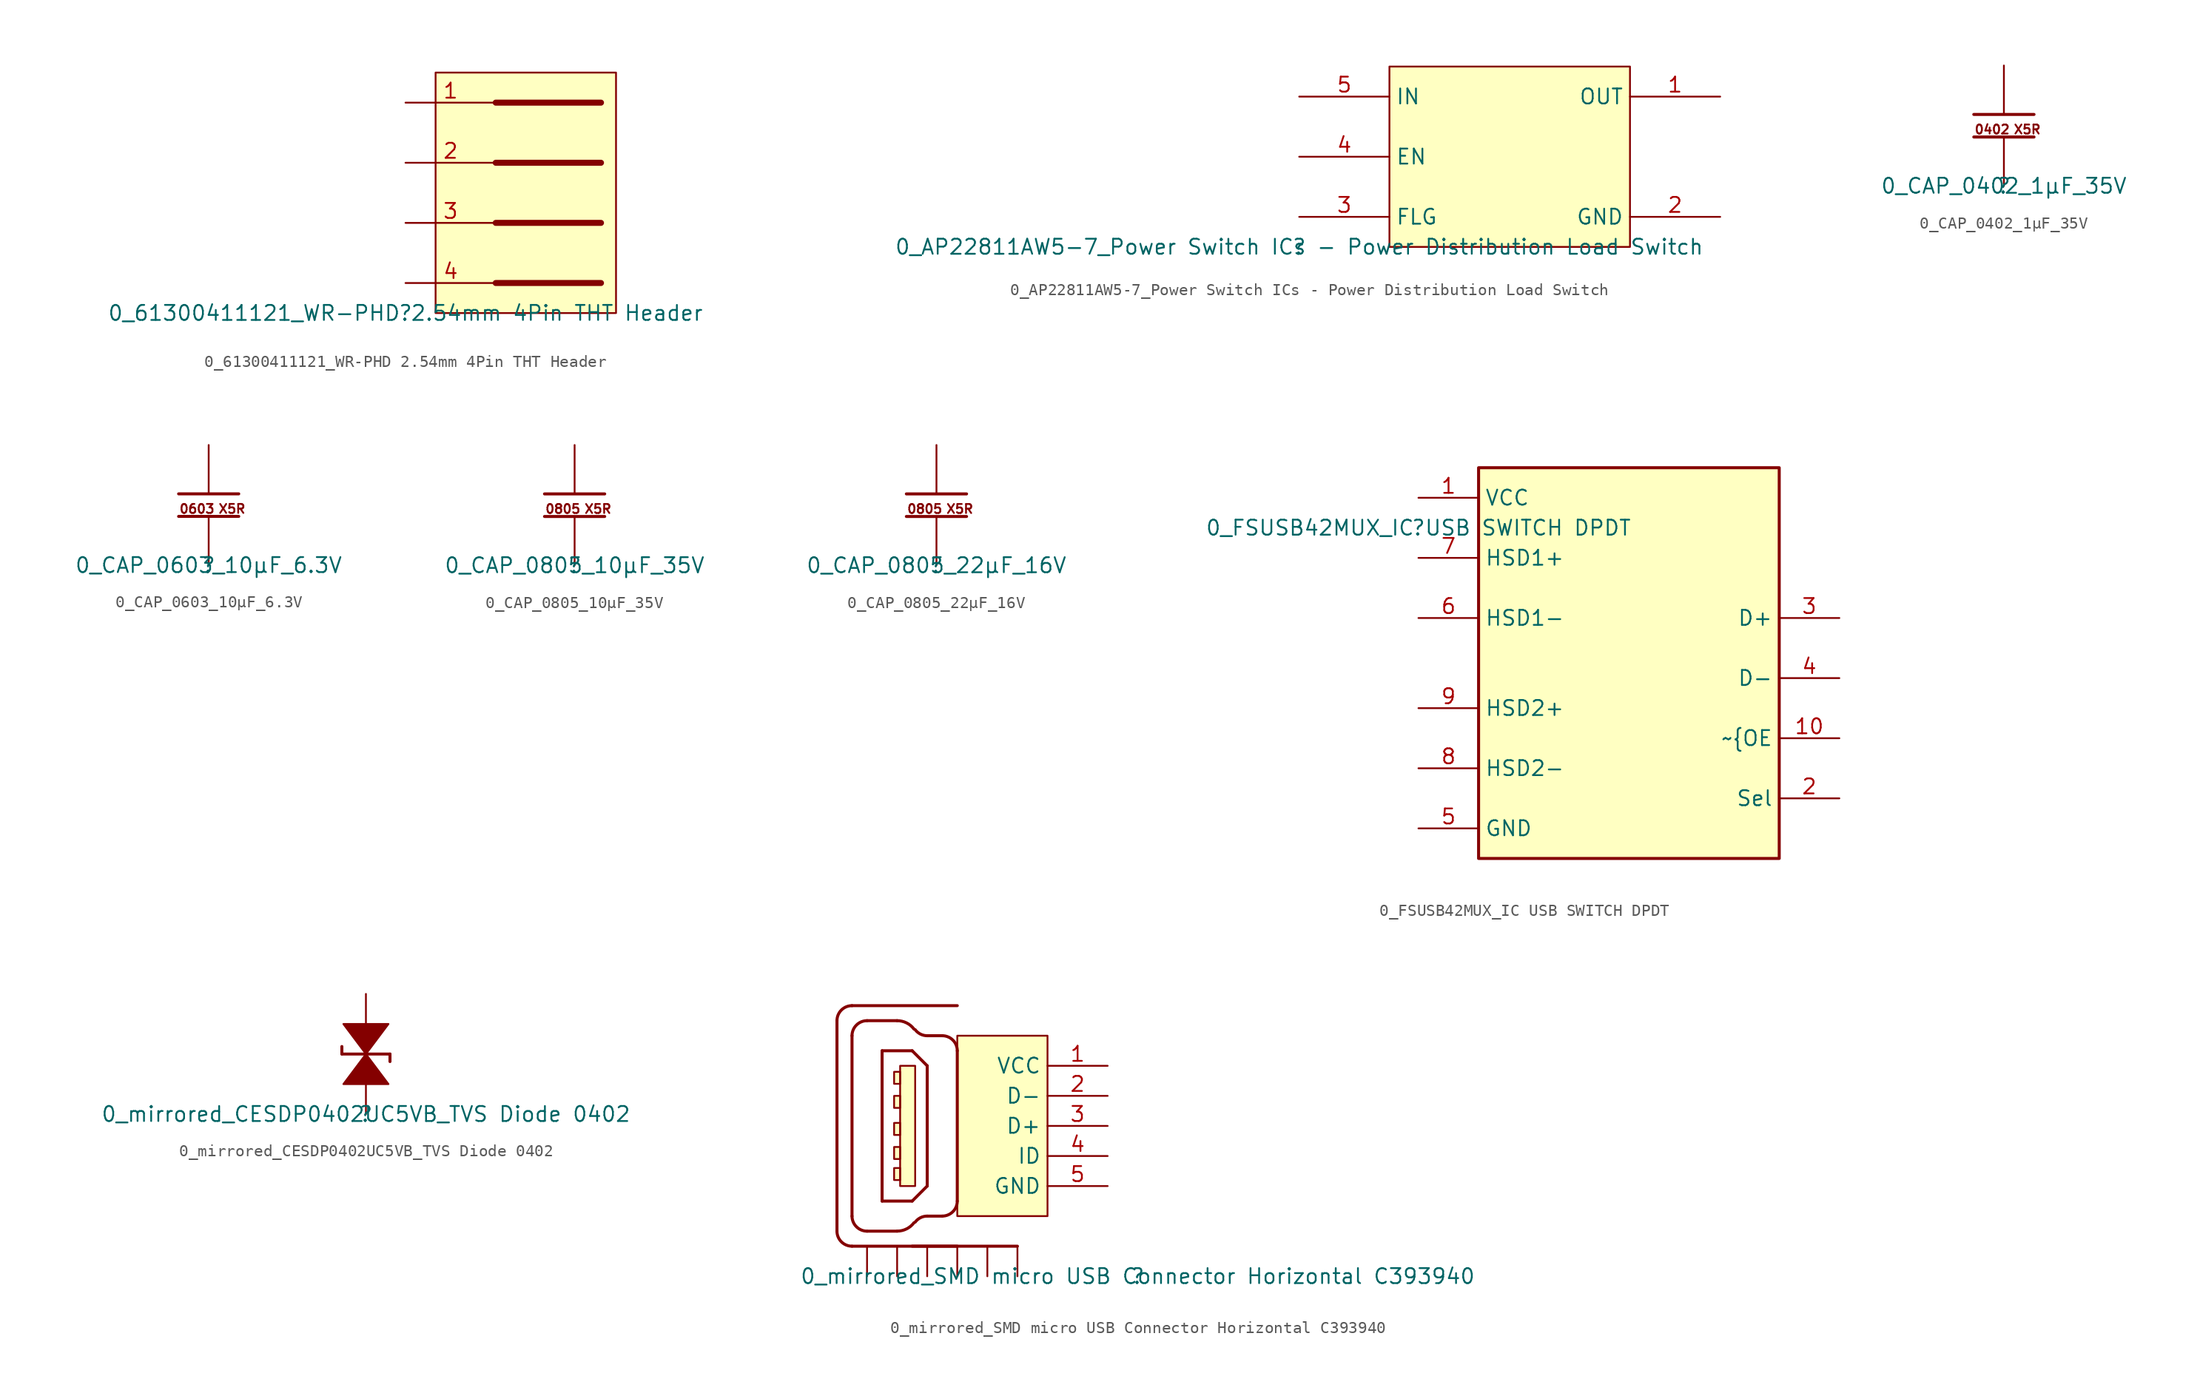
<source format=kicad_sym>
(kicad_symbol_lib
  (version 20211014)
  (generator kicad_symbol_editor)
  (symbol "0_61300411121_WR-PHD 2.54mm 4Pin THT Header"
    (property "Reference" ""
      (at 0 0 0)
      (effects (font (size 1.27 1.27))))
    (property "Value" "0_61300411121_WR-PHD 2.54mm 4Pin THT Header"
      (at 0 0 0)
      (effects (font (size 1.27 1.27))))
    (symbol "0_61300411121_WR-PHD 2.54mm 4Pin THT Header_1_0"
      (polyline (pts (xy 16.51 2.54) (xy 7.62 2.54)) (stroke (width 0.508) (type default) (color 0 0 0 0)) (fill (type none)))
      (polyline (pts (xy 16.51 7.62) (xy 7.62 7.62)) (stroke (width 0.508) (type default) (color 0 0 0 0)) (fill (type none)))
      (polyline (pts (xy 16.51 12.7) (xy 7.62 12.7)) (stroke (width 0.508) (type default) (color 0 0 0 0)) (fill (type none)))
      (polyline (pts (xy 16.51 17.78) (xy 7.62 17.78)) (stroke (width 0.508) (type default) (color 0 0 0 0)) (fill (type none)))
      (rectangle (start 17.78 20.32) (end 2.54 0) (stroke (width 0) (type default) (color 0 0 0 0)) (fill (type background)))
      (pin passive line (at 0 17.78 0) (length 7.62) (name "1" (effects (font (size 0 0)))) (number "1" (effects (font (size 1.27 1.27)))))
      (pin passive line (at 0 12.7 0) (length 7.62) (name "2" (effects (font (size 0 0)))) (number "2" (effects (font (size 1.27 1.27)))))
      (pin passive line (at 0 7.62 0) (length 7.62) (name "3" (effects (font (size 0 0)))) (number "3" (effects (font (size 1.27 1.27)))))
      (pin passive line (at 0 2.54 0) (length 7.62) (name "4" (effects (font (size 0 0)))) (number "4" (effects (font (size 1.27 1.27)))))))
  (symbol "0_AP22811AW5-7_Power Switch ICs - Power Distribution Load Switch"
    (property "Reference" ""
      (at 0 0 0)
      (effects (font (size 1.27 1.27))))
    (property "Value" "0_AP22811AW5-7_Power Switch ICs - Power Distribution Load Switch"
      (at 0 0 0)
      (effects (font (size 1.27 1.27))))
    (symbol "0_AP22811AW5-7_Power Switch ICs - Power Distribution Load Switch_1_0"
      (rectangle (start 27.94 15.24) (end 7.62 0) (stroke (width 0) (type default) (color 0 0 0 0)) (fill (type background)))
      (pin power_in line (at 35.56 12.7 180) (length 7.62) (name "OUT" (effects (font (size 1.27 1.27)))) (number "1" (effects (font (size 1.27 1.27)))))
      (pin power_in line (at 35.56 2.54 180) (length 7.62) (name "GND" (effects (font (size 1.27 1.27)))) (number "2" (effects (font (size 1.27 1.27)))))
      (pin open_collector line (at 0 2.54 0) (length 7.62) (name "FLG" (effects (font (size 1.27 1.27)))) (number "3" (effects (font (size 1.27 1.27)))))
      (pin passive line (at 0 7.62 0) (length 7.62) (name "EN" (effects (font (size 1.27 1.27)))) (number "4" (effects (font (size 1.27 1.27)))))
      (pin power_in line (at 0 12.7 0) (length 7.62) (name "IN" (effects (font (size 1.27 1.27)))) (number "5" (effects (font (size 1.27 1.27)))))))
  (symbol "0_CAP_0402_1µF_35V"
    (property "Reference" ""
      (at 0 0 0)
      (effects (font (size 1.27 1.27))))
    (property "Value" "0_CAP_0402_1µF_35V"
      (at 0 0 0)
      (effects (font (size 1.27 1.27))))
    (symbol "0_CAP_0402_1µF_35V_1_0"
      (polyline (pts (xy -2.54 4.128) (xy 2.54 4.128)) (stroke (width 0.254) (type default) (color 0 0 0 0)) (fill (type none)))
      (polyline (pts (xy -2.54 6.033) (xy 2.54 6.033)) (stroke (width 0.254) (type default) (color 0 0 0 0)) (fill (type none)))
      (text "0402" (at -2.54 4.318 0) (effects (font (size 0.762 0.762)) (justify left bottom)))
      (text "X5R" (at 0.762 4.318 0) (effects (font (size 0.762 0.762)) (justify left bottom)))
      (pin passive line (at 0 10.16 270) (length 4.064) (name "1" (effects (font (size 0 0)))) (number "1" (effects (font (size 0 0)))))
      (pin passive line (at 0 0 90) (length 4.064) (name "2" (effects (font (size 0 0)))) (number "2" (effects (font (size 0 0)))))))
  (symbol "0_CAP_0603_10µF_6.3V"
    (property "Reference" ""
      (at 0 0 0)
      (effects (font (size 1.27 1.27))))
    (property "Value" "0_CAP_0603_10µF_6.3V"
      (at 0 0 0)
      (effects (font (size 1.27 1.27))))
    (symbol "0_CAP_0603_10µF_6.3V_1_0"
      (polyline (pts (xy -2.54 4.128) (xy 2.54 4.128)) (stroke (width 0.254) (type default) (color 0 0 0 0)) (fill (type none)))
      (polyline (pts (xy -2.54 6.033) (xy 2.54 6.033)) (stroke (width 0.254) (type default) (color 0 0 0 0)) (fill (type none)))
      (text "0603" (at -2.54 4.318 0) (effects (font (size 0.762 0.762)) (justify left bottom)))
      (text "X5R" (at 0.762 4.318 0) (effects (font (size 0.762 0.762)) (justify left bottom)))
      (pin passive line (at 0 10.16 270) (length 4.064) (name "1" (effects (font (size 0 0)))) (number "1" (effects (font (size 0 0)))))
      (pin passive line (at 0 0 90) (length 4.064) (name "2" (effects (font (size 0 0)))) (number "2" (effects (font (size 0 0)))))))
  (symbol "0_CAP_0805_10µF_35V"
    (property "Reference" ""
      (at 0 0 0)
      (effects (font (size 1.27 1.27))))
    (property "Value" "0_CAP_0805_10µF_35V"
      (at 0 0 0)
      (effects (font (size 1.27 1.27))))
    (symbol "0_CAP_0805_10µF_35V_1_0"
      (polyline (pts (xy -2.54 4.128) (xy 2.54 4.128)) (stroke (width 0.254) (type default) (color 0 0 0 0)) (fill (type none)))
      (polyline (pts (xy -2.54 6.033) (xy 2.54 6.033)) (stroke (width 0.254) (type default) (color 0 0 0 0)) (fill (type none)))
      (text "0805" (at -2.54 4.318 0) (effects (font (size 0.762 0.762)) (justify left bottom)))
      (text "X5R" (at 0.762 4.318 0) (effects (font (size 0.762 0.762)) (justify left bottom)))
      (pin passive line (at 0 10.16 270) (length 4.064) (name "1" (effects (font (size 0 0)))) (number "1" (effects (font (size 0 0)))))
      (pin passive line (at 0 0 90) (length 4.064) (name "2" (effects (font (size 0 0)))) (number "2" (effects (font (size 0 0)))))))
  (symbol "0_CAP_0805_22µF_16V"
    (property "Reference" ""
      (at 0 0 0)
      (effects (font (size 1.27 1.27))))
    (property "Value" "0_CAP_0805_22µF_16V"
      (at 0 0 0)
      (effects (font (size 1.27 1.27))))
    (symbol "0_CAP_0805_22µF_16V_1_0"
      (polyline (pts (xy -2.54 4.128) (xy 2.54 4.128)) (stroke (width 0.254) (type default) (color 0 0 0 0)) (fill (type none)))
      (polyline (pts (xy -2.54 6.033) (xy 2.54 6.033)) (stroke (width 0.254) (type default) (color 0 0 0 0)) (fill (type none)))
      (text "0805" (at -2.54 4.318 0) (effects (font (size 0.762 0.762)) (justify left bottom)))
      (text "X5R" (at 0.762 4.318 0) (effects (font (size 0.762 0.762)) (justify left bottom)))
      (pin passive line (at 0 10.16 270) (length 4.064) (name "1" (effects (font (size 0 0)))) (number "1" (effects (font (size 0 0)))))
      (pin passive line (at 0 0 90) (length 4.064) (name "2" (effects (font (size 0 0)))) (number "2" (effects (font (size 0 0)))))))
  (symbol "0_FSUSB42MUX_IC USB SWITCH DPDT"
    (property "Reference" ""
      (at 0 0 0)
      (effects (font (size 1.27 1.27))))
    (property "Value" "0_FSUSB42MUX_IC USB SWITCH DPDT"
      (at 0 0 0)
      (effects (font (size 1.27 1.27))))
    (symbol "0_FSUSB42MUX_IC USB SWITCH DPDT_1_0"
      (rectangle (start 30.48 5.08) (end 5.08 -27.94) (stroke (width 0.254) (type default) (color 0 0 0 0)) (fill (type background)))
      (pin power_in line (at 0 2.54 0) (length 5.08) (name "VCC" (effects (font (size 1.27 1.27)))) (number "1" (effects (font (size 1.27 1.27)))))
      (pin input line (at 35.56 -17.78 180) (length 5.08) (name "~{OE" (effects (font (size 1.27 1.27)))) (number "10" (effects (font (size 1.27 1.27)))))
      (pin input line (at 35.56 -22.86 180) (length 5.08) (name "Sel" (effects (font (size 1.27 1.27)))) (number "2" (effects (font (size 1.27 1.27)))))
      (pin bidirectional line (at 35.56 -7.62 180) (length 5.08) (name "D+" (effects (font (size 1.27 1.27)))) (number "3" (effects (font (size 1.27 1.27)))))
      (pin bidirectional line (at 35.56 -12.7 180) (length 5.08) (name "D-" (effects (font (size 1.27 1.27)))) (number "4" (effects (font (size 1.27 1.27)))))
      (pin power_in line (at 0 -25.4 0) (length 5.08) (name "GND" (effects (font (size 1.27 1.27)))) (number "5" (effects (font (size 1.27 1.27)))))
      (pin bidirectional line (at 0 -7.62 0) (length 5.08) (name "HSD1-" (effects (font (size 1.27 1.27)))) (number "6" (effects (font (size 1.27 1.27)))))
      (pin bidirectional line (at 0 -2.54 0) (length 5.08) (name "HSD1+" (effects (font (size 1.27 1.27)))) (number "7" (effects (font (size 1.27 1.27)))))
      (pin bidirectional line (at 0 -20.32 0) (length 5.08) (name "HSD2-" (effects (font (size 1.27 1.27)))) (number "8" (effects (font (size 1.27 1.27)))))
      (pin bidirectional line (at 0 -15.24 0) (length 5.08) (name "HSD2+" (effects (font (size 1.27 1.27)))) (number "9" (effects (font (size 1.27 1.27)))))))
  (symbol "0_mirrored_CESDP0402UC5VB_TVS Diode 0402"
    (property "Reference" ""
      (at 0 0 0)
      (effects (font (size 1.27 1.27))))
    (property "Value" "0_mirrored_CESDP0402UC5VB_TVS Diode 0402"
      (at 0 0 0)
      (effects (font (size 1.27 1.27))))
    (symbol "0_mirrored_CESDP0402UC5VB_TVS Diode 0402_1_0"
      (polyline (pts (xy -2.032 5.715) (xy -2.032 5.08)) (stroke (width 0.254) (type default) (color 0 0 0 0)) (fill (type none)))
      (polyline (pts (xy 2.032 5.08) (xy -2.032 5.08)) (stroke (width 0.254) (type default) (color 0 0 0 0)) (fill (type none)))
      (polyline (pts (xy 2.032 5.08) (xy 2.032 4.445)) (stroke (width 0.254) (type default) (color 0 0 0 0)) (fill (type none)))
      (polyline (pts (xy -1.905 2.54) (xy 1.905 2.54) (xy 0 5.08) (xy -1.905 2.54)) (stroke (width 0) (type default) (color 0 0 0 0)) (fill (type outline)))
      (polyline (pts (xy 1.905 7.62) (xy -1.905 7.62) (xy 0 5.08) (xy 1.905 7.62)) (stroke (width 0) (type default) (color 0 0 0 0)) (fill (type outline)))
      (pin passive line (at 0 10.16 270) (length 2.54) (name "1" (effects (font (size 0 0)))) (number "1" (effects (font (size 0 0)))))
      (pin passive line (at 0 0 90) (length 2.54) (name "2" (effects (font (size 0 0)))) (number "2" (effects (font (size 0 0)))))))
  (symbol "0_mirrored_SMD micro USB Connector Horizontal C393940"
    (property "Reference" ""
      (at 0 0 0)
      (effects (font (size 1.27 1.27))))
    (property "Value" "0_mirrored_SMD micro USB Connector Horizontal C393940"
      (at 0 0 0)
      (effects (font (size 1.27 1.27))))
    (symbol "0_mirrored_SMD micro USB Connector Horizontal C393940_1_0"
      (arc (start -25.4 3.81) (mid -25.028 2.912) (end -24.13 2.54) (stroke (width 0.254) (type default) (color 0 0 0 0)) (fill (type none)))
      (arc (start -24.13 5.08) (mid -23.758 4.182) (end -22.86 3.81) (stroke (width 0.254) (type default) (color 0 0 0 0)) (fill (type none)))
      (arc (start -24.13 22.86) (mid -25.028 22.488) (end -25.4 21.59) (stroke (width 0.254) (type default) (color 0 0 0 0)) (fill (type none)))
      (arc (start -22.86 21.59) (mid -23.758 21.218) (end -24.13 20.32) (stroke (width 0.254) (type default) (color 0 0 0 0)) (fill (type none)))
      (arc (start -20.32 3.81) (mid -19.5249 3.9977) (end -18.8976 4.5212) (stroke (width 0.254) (type default) (color 0 0 0 0)) (fill (type none)))
      (rectangle (start -20.066 9.144) (end -20.574 8.128) (stroke (width 0) (type default) (color 0 0 0 0)) (fill (type background)))
      (rectangle (start -20.066 10.922) (end -20.574 9.906) (stroke (width 0) (type default) (color 0 0 0 0)) (fill (type background)))
      (rectangle (start -20.066 12.954) (end -20.574 11.938) (stroke (width 0) (type default) (color 0 0 0 0)) (fill (type background)))
      (rectangle (start -20.066 15.24) (end -20.574 14.224) (stroke (width 0) (type default) (color 0 0 0 0)) (fill (type background)))
      (rectangle (start -20.066 17.272) (end -20.574 16.256) (stroke (width 0) (type default) (color 0 0 0 0)) (fill (type background)))
      (arc (start -18.8976 20.8788) (mid -19.5249 21.4023) (end -20.32 21.59) (stroke (width 0.254) (type default) (color 0 0 0 0)) (fill (type none)))
      (arc (start -18.796 20.828) (mid -18.348 20.4541) (end -17.78 20.32) (stroke (width 0.254) (type default) (color 0 0 0 0)) (fill (type none)))
      (arc (start -17.78 5.08) (mid -18.348 4.9459) (end -18.796 4.572) (stroke (width 0.254) (type default) (color 0 0 0 0)) (fill (type none)))
      (arc (start -16.51 5.08) (mid -15.612 5.452) (end -15.24 6.35) (stroke (width 0.254) (type default) (color 0 0 0 0)) (fill (type none)))
      (arc (start -15.24 19.05) (mid -15.612 19.948) (end -16.51 20.32) (stroke (width 0.254) (type default) (color 0 0 0 0)) (fill (type none)))
      (rectangle (start -7.62 20.32) (end -15.24 5.08) (stroke (width 0) (type default) (color 0 0 0 0)) (fill (type background)))
      (polyline (pts (xy -25.4 21.59) (xy -25.4 3.81)) (stroke (width 0.254) (type default) (color 0 0 0 0)) (fill (type none)))
      (polyline (pts (xy -24.13 20.32) (xy -24.13 5.08)) (stroke (width 0.254) (type default) (color 0 0 0 0)) (fill (type none)))
      (polyline (pts (xy -21.59 6.35) (xy -19.05 6.35)) (stroke (width 0.254) (type default) (color 0 0 0 0)) (fill (type none)))
      (polyline (pts (xy -21.59 19.05) (xy -21.59 6.35)) (stroke (width 0.254) (type default) (color 0 0 0 0)) (fill (type none)))
      (polyline (pts (xy -20.32 3.81) (xy -22.86 3.81)) (stroke (width 0.254) (type default) (color 0 0 0 0)) (fill (type none)))
      (polyline (pts (xy -20.32 21.59) (xy -22.86 21.59)) (stroke (width 0.254) (type default) (color 0 0 0 0)) (fill (type none)))
      (polyline (pts (xy -19.05 6.35) (xy -17.78 7.62)) (stroke (width 0.254) (type default) (color 0 0 0 0)) (fill (type none)))
      (polyline (pts (xy -19.05 19.05) (xy -21.59 19.05)) (stroke (width 0.254) (type default) (color 0 0 0 0)) (fill (type none)))
      (polyline (pts (xy -17.78 7.62) (xy -17.78 17.78)) (stroke (width 0.254) (type default) (color 0 0 0 0)) (fill (type none)))
      (polyline (pts (xy -17.78 17.78) (xy -19.05 19.05)) (stroke (width 0.254) (type default) (color 0 0 0 0)) (fill (type none)))
      (polyline (pts (xy -16.51 5.08) (xy -17.78 5.08)) (stroke (width 0.254) (type default) (color 0 0 0 0)) (fill (type none)))
      (polyline (pts (xy -16.51 20.32) (xy -17.78 20.32)) (stroke (width 0.254) (type default) (color 0 0 0 0)) (fill (type none)))
      (polyline (pts (xy -15.24 2.54) (xy -24.13 2.54)) (stroke (width 0.254) (type default) (color 0 0 0 0)) (fill (type none)))
      (polyline (pts (xy -15.24 6.35) (xy -15.24 19.05)) (stroke (width 0.254) (type default) (color 0 0 0 0)) (fill (type none)))
      (polyline (pts (xy -15.24 22.86) (xy -24.13 22.86)) (stroke (width 0.254) (type default) (color 0 0 0 0)) (fill (type none)))
      (polyline (pts (xy -10.16 2.54) (xy -19.05 2.54)) (stroke (width 0.254) (type default) (color 0 0 0 0)) (fill (type none)))
      (polyline (pts (xy -20.066 17.78) (xy -18.796 17.78) (xy -18.796 7.62) (xy -20.066 7.62) (xy -20.066 8.128) (xy -20.066 17.272) (xy -20.066 17.78)) (stroke (width 0) (type default) (color 0 0 0 0)) (fill (type background)))
      (pin passive line (at -2.54 17.78 180) (length 5.08) (name "VCC" (effects (font (size 1.27 1.27)))) (number "1" (effects (font (size 1.27 1.27)))))
      (pin passive line (at -10.16 0 90) (length 2.54) (name "Shield" (effects (font (size 0 0)))) (number "10" (effects (font (size 0 0)))))
      (pin passive line (at -12.7 0 90) (length 2.54) (name "Shield" (effects (font (size 0 0)))) (number "11" (effects (font (size 0 0)))))
      (pin passive line (at -2.54 15.24 180) (length 5.08) (name "D-" (effects (font (size 1.27 1.27)))) (number "2" (effects (font (size 1.27 1.27)))))
      (pin passive line (at -2.54 12.7 180) (length 5.08) (name "D+" (effects (font (size 1.27 1.27)))) (number "3" (effects (font (size 1.27 1.27)))))
      (pin passive line (at -2.54 10.16 180) (length 5.08) (name "ID" (effects (font (size 1.27 1.27)))) (number "4" (effects (font (size 1.27 1.27)))))
      (pin passive line (at -2.54 7.62 180) (length 5.08) (name "GND" (effects (font (size 1.27 1.27)))) (number "5" (effects (font (size 1.27 1.27)))))
      (pin passive line (at -15.24 0 90) (length 2.54) (name "Shield" (effects (font (size 0 0)))) (number "6" (effects (font (size 0 0)))))
      (pin passive line (at -17.78 0 90) (length 2.54) (name "Shield" (effects (font (size 0 0)))) (number "7" (effects (font (size 0 0)))))
      (pin passive line (at -20.32 0 90) (length 2.54) (name "Shield" (effects (font (size 0 0)))) (number "8" (effects (font (size 0 0)))))
      (pin passive line (at -22.86 0 90) (length 2.54) (name "Shield" (effects (font (size 0 0)))) (number "9" (effects (font (size 0 0))))))))
</source>
